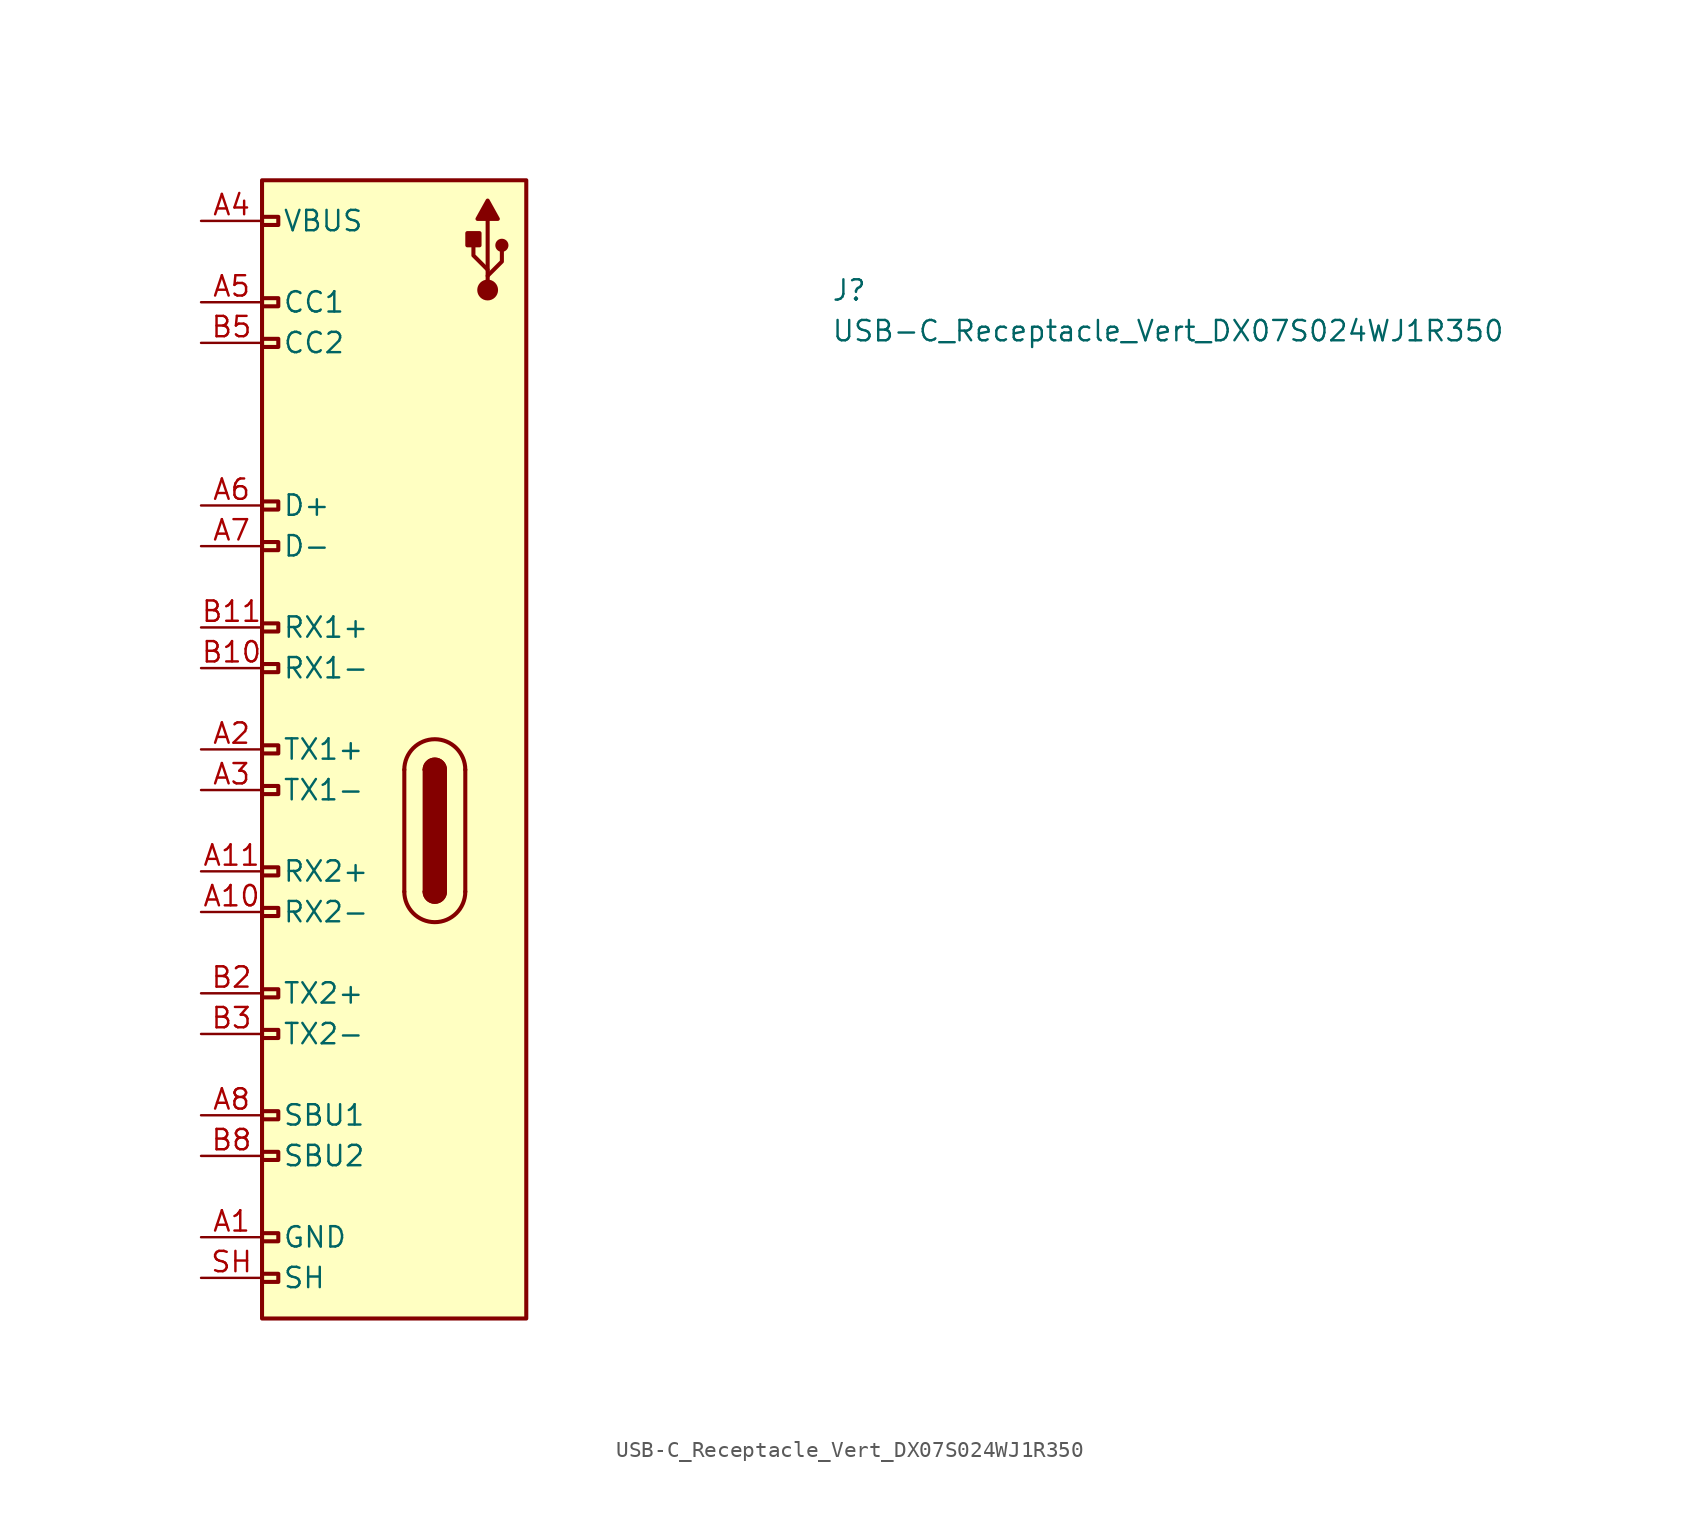
<source format=kicad_sym>
(kicad_symbol_lib
  (version 20211014)
  (generator kicad_symbol_editor)
  (symbol "USB-C_Receptacle_Vert_DX07S024WJ1R350"
    (pin_names
      (offset 1.27))
    (property "Reference" "J"
      (at 39.37 -5.08 0)
      (effects (font (size 1.27 1.27) (thickness 0.15)) (justify left bottom)))
    (property "Value" "USB-C_Receptacle_Vert_DX07S024WJ1R350"
      (at 39.37 -7.62 0)
      (effects (font (size 1.27 1.27) (thickness 0.15)) (justify left bottom)))
    (symbol "USB-C_Receptacle_Vert_DX07S024WJ1R350_1_1"
      (polyline (pts (xy 12.7 -34.29) (xy 12.7 -41.91)) (stroke (width 0.254) (type default) (color 0 0 0 0)) (fill (type background)))
      (polyline (pts (xy 16.51 -41.91) (xy 16.51 -34.29)) (stroke (width 0.254) (type default) (color 0 0 0 0)) (fill (type background)))
      (polyline (pts (xy 17.907 -4.191) (xy 17.907 0.127)) (stroke (width 0.254) (type default) (color 0 0 0 0)) (fill (type background)))
      (polyline (pts (xy 17.907 -3.429) (xy 18.796 -2.54) (xy 18.796 -1.905)) (stroke (width 0.254) (type default) (color 0 0 0 0)) (fill (type background)))
      (polyline (pts (xy 17.907 -3.048) (xy 17.018 -2.159) (xy 17.018 -1.524)) (stroke (width 0.254) (type default) (color 0 0 0 0)) (fill (type background)))
      (polyline (pts (xy 18.542 0.127) (xy 17.907 1.27) (xy 17.272 0.127) (xy 18.542 0.127)) (stroke (width 0.254) (type default) (color 0 0 0 0)) (fill (type outline)))
      (rectangle (start 3.81 -66.294) (end 4.826 -65.786) (stroke (width 0.254) (type default) (color 0 0 0 0)) (fill (type background)))
      (rectangle (start 3.81 2.54) (end 20.32 -68.58) (stroke (width 0.254) (type default) (color 0 0 0 0)) (fill (type background)))
      (rectangle (start 4.826 -63.246) (end 3.81 -63.754) (stroke (width 0.254) (type default) (color 0 0 0 0)) (fill (type background)))
      (rectangle (start 4.826 -58.674) (end 3.81 -58.166) (stroke (width 0.254) (type default) (color 0 0 0 0)) (fill (type background)))
      (rectangle (start 4.826 -56.134) (end 3.81 -55.626) (stroke (width 0.254) (type default) (color 0 0 0 0)) (fill (type background)))
      (rectangle (start 4.826 -51.054) (end 3.81 -50.546) (stroke (width 0.254) (type default) (color 0 0 0 0)) (fill (type background)))
      (rectangle (start 4.826 -48.514) (end 3.81 -48.006) (stroke (width 0.254) (type default) (color 0 0 0 0)) (fill (type background)))
      (rectangle (start 4.826 -43.434) (end 3.81 -42.926) (stroke (width 0.254) (type default) (color 0 0 0 0)) (fill (type background)))
      (rectangle (start 4.826 -40.894) (end 3.81 -40.386) (stroke (width 0.254) (type default) (color 0 0 0 0)) (fill (type background)))
      (rectangle (start 4.826 -35.814) (end 3.81 -35.306) (stroke (width 0.254) (type default) (color 0 0 0 0)) (fill (type background)))
      (rectangle (start 4.826 -33.274) (end 3.81 -32.766) (stroke (width 0.254) (type default) (color 0 0 0 0)) (fill (type background)))
      (rectangle (start 4.826 -28.194) (end 3.81 -27.686) (stroke (width 0.254) (type default) (color 0 0 0 0)) (fill (type background)))
      (rectangle (start 4.826 -25.654) (end 3.81 -25.146) (stroke (width 0.254) (type default) (color 0 0 0 0)) (fill (type background)))
      (rectangle (start 4.826 -20.574) (end 3.81 -20.066) (stroke (width 0.254) (type default) (color 0 0 0 0)) (fill (type background)))
      (rectangle (start 4.826 -18.034) (end 3.81 -17.526) (stroke (width 0.254) (type default) (color 0 0 0 0)) (fill (type background)))
      (rectangle (start 4.826 -7.874) (end 3.81 -7.366) (stroke (width 0.254) (type default) (color 0 0 0 0)) (fill (type background)))
      (rectangle (start 4.826 -5.334) (end 3.81 -4.826) (stroke (width 0.254) (type default) (color 0 0 0 0)) (fill (type background)))
      (rectangle (start 4.826 -0.254) (end 3.81 0.254) (stroke (width 0.254) (type default) (color 0 0 0 0)) (fill (type background)))
      (arc (start 12.7 -41.91) (mid 14.605 -43.815) (end 16.51 -41.91) (stroke (width 0.254) (type default) (color 0 0 0 0)) (fill (type background)))
      (arc (start 13.97 -41.91) (mid 14.605 -42.545) (end 15.24 -41.91) (stroke (width 0.254) (type default) (color 0 0 0 0)) (fill (type outline)))
      (arc (start 13.97 -41.91) (mid 14.605 -42.545) (end 15.24 -41.91) (stroke (width 0.254) (type default) (color 0 0 0 0)) (fill (type background)))
      (rectangle (start 13.97 -34.29) (end 15.24 -41.91) (stroke (width 0.254) (type default) (color 0 0 0 0)) (fill (type outline)))
      (arc (start 15.24 -34.29) (mid 14.605 -33.655) (end 13.97 -34.29) (stroke (width 0.254) (type default) (color 0 0 0 0)) (fill (type outline)))
      (arc (start 15.24 -34.29) (mid 14.605 -33.655) (end 13.97 -34.29) (stroke (width 0.254) (type default) (color 0 0 0 0)) (fill (type background)))
      (arc (start 16.51 -34.29) (mid 14.605 -32.385) (end 12.7 -34.29) (stroke (width 0.254) (type default) (color 0 0 0 0)) (fill (type background)))
      (rectangle (start 16.637 -0.762) (end 17.399 -1.524) (stroke (width 0.254) (type default) (color 0 0 0 0)) (fill (type outline)))
      (circle (center 17.907 -4.318) (radius 0.524) (stroke (width 0.254) (type default) (color 0 0 0 0)) (fill (type outline)))
      (circle (center 18.796 -1.524) (radius 0.284) (stroke (width 0.254) (type default) (color 0 0 0 0)) (fill (type outline)))
      (pin power_in line (at 0 -63.5 0) (length 3.81) (name "GND" (effects (font (size 1.27 1.27)))) (number "A1" (effects (font (size 1.27 1.27)))))
      (pin bidirectional line (at 0 -43.18 0) (length 3.81) (name "RX2-" (effects (font (size 1.27 1.27)))) (number "A10" (effects (font (size 1.27 1.27)))))
      (pin bidirectional line (at 0 -40.64 0) (length 3.81) (name "RX2+" (effects (font (size 1.27 1.27)))) (number "A11" (effects (font (size 1.27 1.27)))))
      (pin passive line (at 0 -63.5 0) (length 3.81) hide (name "GND" (effects (font (size 1.27 1.27)))) (number "A12" (effects (font (size 1.27 1.27)))))
      (pin bidirectional line (at 0 -33.02 0) (length 3.81) (name "TX1+" (effects (font (size 1.27 1.27)))) (number "A2" (effects (font (size 1.27 1.27)))))
      (pin bidirectional line (at 0 -35.56 0) (length 3.81) (name "TX1-" (effects (font (size 1.27 1.27)))) (number "A3" (effects (font (size 1.27 1.27)))))
      (pin passive line (at 0 0 0) (length 3.81) (name "VBUS" (effects (font (size 1.27 1.27)))) (number "A4" (effects (font (size 1.27 1.27)))))
      (pin bidirectional line (at 0 -5.08 0) (length 3.81) (name "CC1" (effects (font (size 1.27 1.27)))) (number "A5" (effects (font (size 1.27 1.27)))))
      (pin bidirectional line (at 0 -17.78 0) (length 3.81) (name "D+" (effects (font (size 1.27 1.27)))) (number "A6" (effects (font (size 1.27 1.27)))))
      (pin bidirectional line (at 0 -20.32 0) (length 3.81) (name "D-" (effects (font (size 1.27 1.27)))) (number "A7" (effects (font (size 1.27 1.27)))))
      (pin bidirectional line (at 0 -55.88 0) (length 3.81) (name "SBU1" (effects (font (size 1.27 1.27)))) (number "A8" (effects (font (size 1.27 1.27)))))
      (pin passive line (at 0 0 0) (length 3.81) hide (name "VBUS" (effects (font (size 1.27 1.27)))) (number "A9" (effects (font (size 1.27 1.27)))))
      (pin passive line (at 0 -63.5 0) (length 3.81) hide (name "GND" (effects (font (size 1.27 1.27)))) (number "B1" (effects (font (size 1.27 1.27)))))
      (pin bidirectional line (at 0 -27.94 0) (length 3.81) (name "RX1-" (effects (font (size 1.27 1.27)))) (number "B10" (effects (font (size 1.27 1.27)))))
      (pin bidirectional line (at 0 -25.4 0) (length 3.81) (name "RX1+" (effects (font (size 1.27 1.27)))) (number "B11" (effects (font (size 1.27 1.27)))))
      (pin passive line (at 0 -63.5 0) (length 3.81) hide (name "GND" (effects (font (size 1.27 1.27)))) (number "B12" (effects (font (size 1.27 1.27)))))
      (pin bidirectional line (at 0 -48.26 0) (length 3.81) (name "TX2+" (effects (font (size 1.27 1.27)))) (number "B2" (effects (font (size 1.27 1.27)))))
      (pin bidirectional line (at 0 -50.8 0) (length 3.81) (name "TX2-" (effects (font (size 1.27 1.27)))) (number "B3" (effects (font (size 1.27 1.27)))))
      (pin passive line (at 0 0 0) (length 3.81) hide (name "VBUS" (effects (font (size 1.27 1.27)))) (number "B4" (effects (font (size 1.27 1.27)))))
      (pin bidirectional line (at 0 -7.62 0) (length 3.81) (name "CC2" (effects (font (size 1.27 1.27)))) (number "B5" (effects (font (size 1.27 1.27)))))
      (pin passive line (at 0 -17.78 0) (length 3.81) hide (name "D+" (effects (font (size 1.27 1.27)))) (number "B6" (effects (font (size 1.27 1.27)))))
      (pin passive line (at 0 -20.32 0) (length 3.81) hide (name "D-" (effects (font (size 1.27 1.27)))) (number "B7" (effects (font (size 1.27 1.27)))))
      (pin bidirectional line (at 0 -58.42 0) (length 3.81) (name "SBU2" (effects (font (size 1.27 1.27)))) (number "B8" (effects (font (size 1.27 1.27)))))
      (pin passive line (at 0 0 0) (length 3.81) hide (name "VBUS" (effects (font (size 1.27 1.27)))) (number "B9" (effects (font (size 1.27 1.27)))))
      (pin passive line (at 0 -66.04 0) (length 3.81) (name "SH" (effects (font (size 1.27 1.27)))) (number "SH" (effects (font (size 1.27 1.27))))))))
</source>
